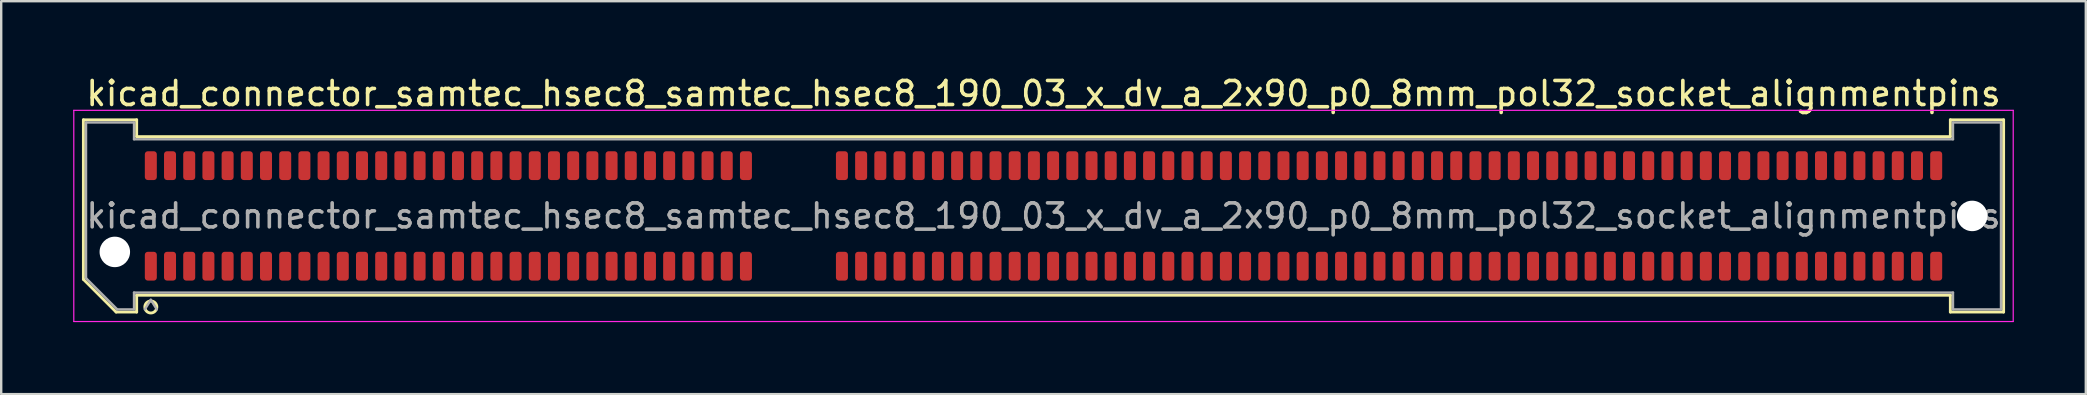
<source format=kicad_pcb>
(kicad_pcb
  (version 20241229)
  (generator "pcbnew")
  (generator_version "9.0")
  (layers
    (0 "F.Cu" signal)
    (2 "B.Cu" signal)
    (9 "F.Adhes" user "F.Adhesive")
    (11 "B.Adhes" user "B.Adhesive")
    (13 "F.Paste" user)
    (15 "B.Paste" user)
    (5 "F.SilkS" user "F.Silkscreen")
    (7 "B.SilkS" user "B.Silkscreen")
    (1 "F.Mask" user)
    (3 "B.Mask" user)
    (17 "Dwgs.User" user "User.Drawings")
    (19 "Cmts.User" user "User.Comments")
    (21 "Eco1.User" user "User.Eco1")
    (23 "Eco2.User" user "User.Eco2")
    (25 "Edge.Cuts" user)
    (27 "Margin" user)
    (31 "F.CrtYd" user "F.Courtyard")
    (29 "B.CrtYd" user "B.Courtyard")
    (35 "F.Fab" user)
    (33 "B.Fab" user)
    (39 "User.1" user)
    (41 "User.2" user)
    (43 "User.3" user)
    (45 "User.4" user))
  (footprint "kicad_connector_samtec_hsec8_samtec_hsec8_190_03_x_dv_a_2x90_p0_8mm_pol32_socket_alignmentpins"
    (layer "F.Cu")
    (at 40.435 5.948)
    (property "Reference" "kicad_connector_samtec_hsec8_samtec_hsec8_190_03_x_dv_a_2x90_p0_8mm_pol32_socket_alignmentpins" (at 0 -5.1 0) (layer "F.SilkS") (effects (font (size 1 1) (thickness 0.15))))
    (attr smd)
    (fp_line (start -40.01 -4.005) (end -37.79 -4.005) (stroke (width 0.12) (type solid)) (layer "F.SilkS"))
    (fp_line (start -40.01 2.641) (end -40.01 -4.005) (stroke (width 0.12) (type solid)) (layer "F.SilkS"))
    (fp_line (start -38.646 4.005) (end -40.01 2.641) (stroke (width 0.12) (type solid)) (layer "F.SilkS"))
    (fp_line (start -37.79 -4.005) (end -37.79 -3.305) (stroke (width 0.12) (type solid)) (layer "F.SilkS"))
    (fp_line (start -37.79 -3.305) (end 37.79 -3.305) (stroke (width 0.12) (type solid)) (layer "F.SilkS"))
    (fp_line (start -37.79 3.305) (end -37.79 4.005) (stroke (width 0.12) (type solid)) (layer "F.SilkS"))
    (fp_line (start -37.79 4.005) (end -38.646 4.005) (stroke (width 0.12) (type solid)) (layer "F.SilkS"))
    (fp_line (start 37.79 -4.005) (end 40.01 -4.005) (stroke (width 0.12) (type solid)) (layer "F.SilkS"))
    (fp_line (start 37.79 -3.305) (end 37.79 -4.005) (stroke (width 0.12) (type solid)) (layer "F.SilkS"))
    (fp_line (start 37.79 3.305) (end -37.79 3.305) (stroke (width 0.12) (type solid)) (layer "F.SilkS"))
    (fp_line (start 37.79 4.005) (end 37.79 3.305) (stroke (width 0.12) (type solid)) (layer "F.SilkS"))
    (fp_line (start 40.01 -4.005) (end 40.01 4.005) (stroke (width 0.12) (type solid)) (layer "F.SilkS"))
    (fp_line (start 40.01 4.005) (end 37.79 4.005) (stroke (width 0.12) (type solid)) (layer "F.SilkS"))
    (fp_arc (start -36.95 3.795) (mid -37.45 3.795) (end -36.95 3.795) (stroke (width 0.12) (type solid)) (layer "F.SilkS"))
    (fp_line (start -40.41 -4.4) (end -40.41 4.4) (stroke (width 0.05) (type solid)) (layer "F.CrtYd"))
    (fp_line (start -40.41 4.4) (end 40.41 4.4) (stroke (width 0.05) (type solid)) (layer "F.CrtYd"))
    (fp_line (start 40.41 -4.4) (end -40.41 -4.4) (stroke (width 0.05) (type solid)) (layer "F.CrtYd"))
    (fp_line (start 40.41 4.4) (end 40.41 -4.4) (stroke (width 0.05) (type solid)) (layer "F.CrtYd"))
    (fp_line (start -39.9 -3.895) (end -37.9 -3.895) (stroke (width 0.1) (type solid)) (layer "F.Fab"))
    (fp_line (start -39.9 2.595) (end -39.9 -3.895) (stroke (width 0.1) (type solid)) (layer "F.Fab"))
    (fp_line (start -38.6 3.895) (end -39.9 2.595) (stroke (width 0.1) (type solid)) (layer "F.Fab"))
    (fp_line (start -37.9 -3.895) (end -37.9 -3.195) (stroke (width 0.1) (type solid)) (layer "F.Fab"))
    (fp_line (start -37.9 -3.195) (end 37.9 -3.195) (stroke (width 0.1) (type solid)) (layer "F.Fab"))
    (fp_line (start -37.9 3.195) (end -37.9 3.895) (stroke (width 0.1) (type solid)) (layer "F.Fab"))
    (fp_line (start -37.9 3.895) (end -38.6 3.895) (stroke (width 0.1) (type solid)) (layer "F.Fab"))
    (fp_line (start -37.2 3.495) (end -37.45 3.895) (stroke (width 0.1) (type solid)) (layer "F.Fab"))
    (fp_line (start -37.2 3.495) (end -36.95 3.895) (stroke (width 0.1) (type solid)) (layer "F.Fab"))
    (fp_line (start 37.9 -3.895) (end 39.9 -3.895) (stroke (width 0.1) (type solid)) (layer "F.Fab"))
    (fp_line (start 37.9 -3.195) (end 37.9 -3.895) (stroke (width 0.1) (type solid)) (layer "F.Fab"))
    (fp_line (start 37.9 3.195) (end -37.9 3.195) (stroke (width 0.1) (type solid)) (layer "F.Fab"))
    (fp_line (start 37.9 3.895) (end 37.9 3.195) (stroke (width 0.1) (type solid)) (layer "F.Fab"))
    (fp_line (start 39.9 -3.895) (end 39.9 3.895) (stroke (width 0.1) (type solid)) (layer "F.Fab"))
    (fp_line (start 39.9 3.895) (end 37.9 3.895) (stroke (width 0.1) (type solid)) (layer "F.Fab"))
    (fp_text user "${REFERENCE}" (at 0 0 0) (layer "F.Fab") (effects (font (size 1 1) (thickness 0.15))))
    (pad "" np_thru_hole circle (at -38.7 1.5) (size 1.27 1.27) (drill 1.27) (layers "*.Cu" "*.Mask"))
    (pad "" np_thru_hole circle (at 38.7 0) (size 1.27 1.27) (drill 1.27) (layers "*.Cu" "*.Mask"))
    (pad "1" smd roundrect (at -37.2 2.095) (size 0.5 1.2) (layers "F.Cu" "F.Mask" "F.Paste") (roundrect_rratio 0.25))
    (pad "2" smd roundrect (at -37.2 -2.095) (size 0.5 1.2) (layers "F.Cu" "F.Mask" "F.Paste") (roundrect_rratio 0.25))
    (pad "3" smd roundrect (at -36.4 2.095) (size 0.5 1.2) (layers "F.Cu" "F.Mask" "F.Paste") (roundrect_rratio 0.25))
    (pad "4" smd roundrect (at -36.4 -2.095) (size 0.5 1.2) (layers "F.Cu" "F.Mask" "F.Paste") (roundrect_rratio 0.25))
    (pad "5" smd roundrect (at -35.6 2.095) (size 0.5 1.2) (layers "F.Cu" "F.Mask" "F.Paste") (roundrect_rratio 0.25))
    (pad "6" smd roundrect (at -35.6 -2.095) (size 0.5 1.2) (layers "F.Cu" "F.Mask" "F.Paste") (roundrect_rratio 0.25))
    (pad "7" smd roundrect (at -34.8 2.095) (size 0.5 1.2) (layers "F.Cu" "F.Mask" "F.Paste") (roundrect_rratio 0.25))
    (pad "8" smd roundrect (at -34.8 -2.095) (size 0.5 1.2) (layers "F.Cu" "F.Mask" "F.Paste") (roundrect_rratio 0.25))
    (pad "9" smd roundrect (at -34 2.095) (size 0.5 1.2) (layers "F.Cu" "F.Mask" "F.Paste") (roundrect_rratio 0.25))
    (pad "10" smd roundrect (at -34 -2.095) (size 0.5 1.2) (layers "F.Cu" "F.Mask" "F.Paste") (roundrect_rratio 0.25))
    (pad "11" smd roundrect (at -33.2 2.095) (size 0.5 1.2) (layers "F.Cu" "F.Mask" "F.Paste") (roundrect_rratio 0.25))
    (pad "12" smd roundrect (at -33.2 -2.095) (size 0.5 1.2) (layers "F.Cu" "F.Mask" "F.Paste") (roundrect_rratio 0.25))
    (pad "13" smd roundrect (at -32.4 2.095) (size 0.5 1.2) (layers "F.Cu" "F.Mask" "F.Paste") (roundrect_rratio 0.25))
    (pad "14" smd roundrect (at -32.4 -2.095) (size 0.5 1.2) (layers "F.Cu" "F.Mask" "F.Paste") (roundrect_rratio 0.25))
    (pad "15" smd roundrect (at -31.6 2.095) (size 0.5 1.2) (layers "F.Cu" "F.Mask" "F.Paste") (roundrect_rratio 0.25))
    (pad "16" smd roundrect (at -31.6 -2.095) (size 0.5 1.2) (layers "F.Cu" "F.Mask" "F.Paste") (roundrect_rratio 0.25))
    (pad "17" smd roundrect (at -30.8 2.095) (size 0.5 1.2) (layers "F.Cu" "F.Mask" "F.Paste") (roundrect_rratio 0.25))
    (pad "18" smd roundrect (at -30.8 -2.095) (size 0.5 1.2) (layers "F.Cu" "F.Mask" "F.Paste") (roundrect_rratio 0.25))
    (pad "19" smd roundrect (at -30 2.095) (size 0.5 1.2) (layers "F.Cu" "F.Mask" "F.Paste") (roundrect_rratio 0.25))
    (pad "20" smd roundrect (at -30 -2.095) (size 0.5 1.2) (layers "F.Cu" "F.Mask" "F.Paste") (roundrect_rratio 0.25))
    (pad "21" smd roundrect (at -29.2 2.095) (size 0.5 1.2) (layers "F.Cu" "F.Mask" "F.Paste") (roundrect_rratio 0.25))
    (pad "22" smd roundrect (at -29.2 -2.095) (size 0.5 1.2) (layers "F.Cu" "F.Mask" "F.Paste") (roundrect_rratio 0.25))
    (pad "23" smd roundrect (at -28.4 2.095) (size 0.5 1.2) (layers "F.Cu" "F.Mask" "F.Paste") (roundrect_rratio 0.25))
    (pad "24" smd roundrect (at -28.4 -2.095) (size 0.5 1.2) (layers "F.Cu" "F.Mask" "F.Paste") (roundrect_rratio 0.25))
    (pad "25" smd roundrect (at -27.6 2.095) (size 0.5 1.2) (layers "F.Cu" "F.Mask" "F.Paste") (roundrect_rratio 0.25))
    (pad "26" smd roundrect (at -27.6 -2.095) (size 0.5 1.2) (layers "F.Cu" "F.Mask" "F.Paste") (roundrect_rratio 0.25))
    (pad "27" smd roundrect (at -26.8 2.095) (size 0.5 1.2) (layers "F.Cu" "F.Mask" "F.Paste") (roundrect_rratio 0.25))
    (pad "28" smd roundrect (at -26.8 -2.095) (size 0.5 1.2) (layers "F.Cu" "F.Mask" "F.Paste") (roundrect_rratio 0.25))
    (pad "29" smd roundrect (at -26 2.095) (size 0.5 1.2) (layers "F.Cu" "F.Mask" "F.Paste") (roundrect_rratio 0.25))
    (pad "30" smd roundrect (at -26 -2.095) (size 0.5 1.2) (layers "F.Cu" "F.Mask" "F.Paste") (roundrect_rratio 0.25))
    (pad "31" smd roundrect (at -25.2 2.095) (size 0.5 1.2) (layers "F.Cu" "F.Mask" "F.Paste") (roundrect_rratio 0.25))
    (pad "32" smd roundrect (at -25.2 -2.095) (size 0.5 1.2) (layers "F.Cu" "F.Mask" "F.Paste") (roundrect_rratio 0.25))
    (pad "33" smd roundrect (at -24.4 2.095) (size 0.5 1.2) (layers "F.Cu" "F.Mask" "F.Paste") (roundrect_rratio 0.25))
    (pad "34" smd roundrect (at -24.4 -2.095) (size 0.5 1.2) (layers "F.Cu" "F.Mask" "F.Paste") (roundrect_rratio 0.25))
    (pad "35" smd roundrect (at -23.6 2.095) (size 0.5 1.2) (layers "F.Cu" "F.Mask" "F.Paste") (roundrect_rratio 0.25))
    (pad "36" smd roundrect (at -23.6 -2.095) (size 0.5 1.2) (layers "F.Cu" "F.Mask" "F.Paste") (roundrect_rratio 0.25))
    (pad "37" smd roundrect (at -22.8 2.095) (size 0.5 1.2) (layers "F.Cu" "F.Mask" "F.Paste") (roundrect_rratio 0.25))
    (pad "38" smd roundrect (at -22.8 -2.095) (size 0.5 1.2) (layers "F.Cu" "F.Mask" "F.Paste") (roundrect_rratio 0.25))
    (pad "39" smd roundrect (at -22 2.095) (size 0.5 1.2) (layers "F.Cu" "F.Mask" "F.Paste") (roundrect_rratio 0.25))
    (pad "40" smd roundrect (at -22 -2.095) (size 0.5 1.2) (layers "F.Cu" "F.Mask" "F.Paste") (roundrect_rratio 0.25))
    (pad "41" smd roundrect (at -21.2 2.095) (size 0.5 1.2) (layers "F.Cu" "F.Mask" "F.Paste") (roundrect_rratio 0.25))
    (pad "42" smd roundrect (at -21.2 -2.095) (size 0.5 1.2) (layers "F.Cu" "F.Mask" "F.Paste") (roundrect_rratio 0.25))
    (pad "43" smd roundrect (at -20.4 2.095) (size 0.5 1.2) (layers "F.Cu" "F.Mask" "F.Paste") (roundrect_rratio 0.25))
    (pad "44" smd roundrect (at -20.4 -2.095) (size 0.5 1.2) (layers "F.Cu" "F.Mask" "F.Paste") (roundrect_rratio 0.25))
    (pad "45" smd roundrect (at -19.6 2.095) (size 0.5 1.2) (layers "F.Cu" "F.Mask" "F.Paste") (roundrect_rratio 0.25))
    (pad "46" smd roundrect (at -19.6 -2.095) (size 0.5 1.2) (layers "F.Cu" "F.Mask" "F.Paste") (roundrect_rratio 0.25))
    (pad "47" smd roundrect (at -18.8 2.095) (size 0.5 1.2) (layers "F.Cu" "F.Mask" "F.Paste") (roundrect_rratio 0.25))
    (pad "48" smd roundrect (at -18.8 -2.095) (size 0.5 1.2) (layers "F.Cu" "F.Mask" "F.Paste") (roundrect_rratio 0.25))
    (pad "49" smd roundrect (at -18 2.095) (size 0.5 1.2) (layers "F.Cu" "F.Mask" "F.Paste") (roundrect_rratio 0.25))
    (pad "50" smd roundrect (at -18 -2.095) (size 0.5 1.2) (layers "F.Cu" "F.Mask" "F.Paste") (roundrect_rratio 0.25))
    (pad "51" smd roundrect (at -17.2 2.095) (size 0.5 1.2) (layers "F.Cu" "F.Mask" "F.Paste") (roundrect_rratio 0.25))
    (pad "52" smd roundrect (at -17.2 -2.095) (size 0.5 1.2) (layers "F.Cu" "F.Mask" "F.Paste") (roundrect_rratio 0.25))
    (pad "53" smd roundrect (at -16.4 2.095) (size 0.5 1.2) (layers "F.Cu" "F.Mask" "F.Paste") (roundrect_rratio 0.25))
    (pad "54" smd roundrect (at -16.4 -2.095) (size 0.5 1.2) (layers "F.Cu" "F.Mask" "F.Paste") (roundrect_rratio 0.25))
    (pad "55" smd roundrect (at -15.6 2.095) (size 0.5 1.2) (layers "F.Cu" "F.Mask" "F.Paste") (roundrect_rratio 0.25))
    (pad "56" smd roundrect (at -15.6 -2.095) (size 0.5 1.2) (layers "F.Cu" "F.Mask" "F.Paste") (roundrect_rratio 0.25))
    (pad "57" smd roundrect (at -14.8 2.095) (size 0.5 1.2) (layers "F.Cu" "F.Mask" "F.Paste") (roundrect_rratio 0.25))
    (pad "58" smd roundrect (at -14.8 -2.095) (size 0.5 1.2) (layers "F.Cu" "F.Mask" "F.Paste") (roundrect_rratio 0.25))
    (pad "59" smd roundrect (at -14 2.095) (size 0.5 1.2) (layers "F.Cu" "F.Mask" "F.Paste") (roundrect_rratio 0.25))
    (pad "60" smd roundrect (at -14 -2.095) (size 0.5 1.2) (layers "F.Cu" "F.Mask" "F.Paste") (roundrect_rratio 0.25))
    (pad "61" smd roundrect (at -13.2 2.095) (size 0.5 1.2) (layers "F.Cu" "F.Mask" "F.Paste") (roundrect_rratio 0.25))
    (pad "62" smd roundrect (at -13.2 -2.095) (size 0.5 1.2) (layers "F.Cu" "F.Mask" "F.Paste") (roundrect_rratio 0.25))
    (pad "63" smd roundrect (at -12.4 2.095) (size 0.5 1.2) (layers "F.Cu" "F.Mask" "F.Paste") (roundrect_rratio 0.25))
    (pad "64" smd roundrect (at -12.4 -2.095) (size 0.5 1.2) (layers "F.Cu" "F.Mask" "F.Paste") (roundrect_rratio 0.25))
    (pad "65" smd roundrect (at -8.4 2.095) (size 0.5 1.2) (layers "F.Cu" "F.Mask" "F.Paste") (roundrect_rratio 0.25))
    (pad "66" smd roundrect (at -8.4 -2.095) (size 0.5 1.2) (layers "F.Cu" "F.Mask" "F.Paste") (roundrect_rratio 0.25))
    (pad "67" smd roundrect (at -7.6 2.095) (size 0.5 1.2) (layers "F.Cu" "F.Mask" "F.Paste") (roundrect_rratio 0.25))
    (pad "68" smd roundrect (at -7.6 -2.095) (size 0.5 1.2) (layers "F.Cu" "F.Mask" "F.Paste") (roundrect_rratio 0.25))
    (pad "69" smd roundrect (at -6.8 2.095) (size 0.5 1.2) (layers "F.Cu" "F.Mask" "F.Paste") (roundrect_rratio 0.25))
    (pad "70" smd roundrect (at -6.8 -2.095) (size 0.5 1.2) (layers "F.Cu" "F.Mask" "F.Paste") (roundrect_rratio 0.25))
    (pad "71" smd roundrect (at -6 2.095) (size 0.5 1.2) (layers "F.Cu" "F.Mask" "F.Paste") (roundrect_rratio 0.25))
    (pad "72" smd roundrect (at -6 -2.095) (size 0.5 1.2) (layers "F.Cu" "F.Mask" "F.Paste") (roundrect_rratio 0.25))
    (pad "73" smd roundrect (at -5.2 2.095) (size 0.5 1.2) (layers "F.Cu" "F.Mask" "F.Paste") (roundrect_rratio 0.25))
    (pad "74" smd roundrect (at -5.2 -2.095) (size 0.5 1.2) (layers "F.Cu" "F.Mask" "F.Paste") (roundrect_rratio 0.25))
    (pad "75" smd roundrect (at -4.4 2.095) (size 0.5 1.2) (layers "F.Cu" "F.Mask" "F.Paste") (roundrect_rratio 0.25))
    (pad "76" smd roundrect (at -4.4 -2.095) (size 0.5 1.2) (layers "F.Cu" "F.Mask" "F.Paste") (roundrect_rratio 0.25))
    (pad "77" smd roundrect (at -3.6 2.095) (size 0.5 1.2) (layers "F.Cu" "F.Mask" "F.Paste") (roundrect_rratio 0.25))
    (pad "78" smd roundrect (at -3.6 -2.095) (size 0.5 1.2) (layers "F.Cu" "F.Mask" "F.Paste") (roundrect_rratio 0.25))
    (pad "79" smd roundrect (at -2.8 2.095) (size 0.5 1.2) (layers "F.Cu" "F.Mask" "F.Paste") (roundrect_rratio 0.25))
    (pad "80" smd roundrect (at -2.8 -2.095) (size 0.5 1.2) (layers "F.Cu" "F.Mask" "F.Paste") (roundrect_rratio 0.25))
    (pad "81" smd roundrect (at -2 2.095) (size 0.5 1.2) (layers "F.Cu" "F.Mask" "F.Paste") (roundrect_rratio 0.25))
    (pad "82" smd roundrect (at -2 -2.095) (size 0.5 1.2) (layers "F.Cu" "F.Mask" "F.Paste") (roundrect_rratio 0.25))
    (pad "83" smd roundrect (at -1.2 2.095) (size 0.5 1.2) (layers "F.Cu" "F.Mask" "F.Paste") (roundrect_rratio 0.25))
    (pad "84" smd roundrect (at -1.2 -2.095) (size 0.5 1.2) (layers "F.Cu" "F.Mask" "F.Paste") (roundrect_rratio 0.25))
    (pad "85" smd roundrect (at -0.4 2.095) (size 0.5 1.2) (layers "F.Cu" "F.Mask" "F.Paste") (roundrect_rratio 0.25))
    (pad "86" smd roundrect (at -0.4 -2.095) (size 0.5 1.2) (layers "F.Cu" "F.Mask" "F.Paste") (roundrect_rratio 0.25))
    (pad "87" smd roundrect (at 0.4 2.095) (size 0.5 1.2) (layers "F.Cu" "F.Mask" "F.Paste") (roundrect_rratio 0.25))
    (pad "88" smd roundrect (at 0.4 -2.095) (size 0.5 1.2) (layers "F.Cu" "F.Mask" "F.Paste") (roundrect_rratio 0.25))
    (pad "89" smd roundrect (at 1.2 2.095) (size 0.5 1.2) (layers "F.Cu" "F.Mask" "F.Paste") (roundrect_rratio 0.25))
    (pad "90" smd roundrect (at 1.2 -2.095) (size 0.5 1.2) (layers "F.Cu" "F.Mask" "F.Paste") (roundrect_rratio 0.25))
    (pad "91" smd roundrect (at 2 2.095) (size 0.5 1.2) (layers "F.Cu" "F.Mask" "F.Paste") (roundrect_rratio 0.25))
    (pad "92" smd roundrect (at 2 -2.095) (size 0.5 1.2) (layers "F.Cu" "F.Mask" "F.Paste") (roundrect_rratio 0.25))
    (pad "93" smd roundrect (at 2.8 2.095) (size 0.5 1.2) (layers "F.Cu" "F.Mask" "F.Paste") (roundrect_rratio 0.25))
    (pad "94" smd roundrect (at 2.8 -2.095) (size 0.5 1.2) (layers "F.Cu" "F.Mask" "F.Paste") (roundrect_rratio 0.25))
    (pad "95" smd roundrect (at 3.6 2.095) (size 0.5 1.2) (layers "F.Cu" "F.Mask" "F.Paste") (roundrect_rratio 0.25))
    (pad "96" smd roundrect (at 3.6 -2.095) (size 0.5 1.2) (layers "F.Cu" "F.Mask" "F.Paste") (roundrect_rratio 0.25))
    (pad "97" smd roundrect (at 4.4 2.095) (size 0.5 1.2) (layers "F.Cu" "F.Mask" "F.Paste") (roundrect_rratio 0.25))
    (pad "98" smd roundrect (at 4.4 -2.095) (size 0.5 1.2) (layers "F.Cu" "F.Mask" "F.Paste") (roundrect_rratio 0.25))
    (pad "99" smd roundrect (at 5.2 2.095) (size 0.5 1.2) (layers "F.Cu" "F.Mask" "F.Paste") (roundrect_rratio 0.25))
    (pad "100" smd roundrect (at 5.2 -2.095) (size 0.5 1.2) (layers "F.Cu" "F.Mask" "F.Paste") (roundrect_rratio 0.25))
    (pad "101" smd roundrect (at 6 2.095) (size 0.5 1.2) (layers "F.Cu" "F.Mask" "F.Paste") (roundrect_rratio 0.25))
    (pad "102" smd roundrect (at 6 -2.095) (size 0.5 1.2) (layers "F.Cu" "F.Mask" "F.Paste") (roundrect_rratio 0.25))
    (pad "103" smd roundrect (at 6.8 2.095) (size 0.5 1.2) (layers "F.Cu" "F.Mask" "F.Paste") (roundrect_rratio 0.25))
    (pad "104" smd roundrect (at 6.8 -2.095) (size 0.5 1.2) (layers "F.Cu" "F.Mask" "F.Paste") (roundrect_rratio 0.25))
    (pad "105" smd roundrect (at 7.6 2.095) (size 0.5 1.2) (layers "F.Cu" "F.Mask" "F.Paste") (roundrect_rratio 0.25))
    (pad "106" smd roundrect (at 7.6 -2.095) (size 0.5 1.2) (layers "F.Cu" "F.Mask" "F.Paste") (roundrect_rratio 0.25))
    (pad "107" smd roundrect (at 8.4 2.095) (size 0.5 1.2) (layers "F.Cu" "F.Mask" "F.Paste") (roundrect_rratio 0.25))
    (pad "108" smd roundrect (at 8.4 -2.095) (size 0.5 1.2) (layers "F.Cu" "F.Mask" "F.Paste") (roundrect_rratio 0.25))
    (pad "109" smd roundrect (at 9.2 2.095) (size 0.5 1.2) (layers "F.Cu" "F.Mask" "F.Paste") (roundrect_rratio 0.25))
    (pad "110" smd roundrect (at 9.2 -2.095) (size 0.5 1.2) (layers "F.Cu" "F.Mask" "F.Paste") (roundrect_rratio 0.25))
    (pad "111" smd roundrect (at 10 2.095) (size 0.5 1.2) (layers "F.Cu" "F.Mask" "F.Paste") (roundrect_rratio 0.25))
    (pad "112" smd roundrect (at 10 -2.095) (size 0.5 1.2) (layers "F.Cu" "F.Mask" "F.Paste") (roundrect_rratio 0.25))
    (pad "113" smd roundrect (at 10.8 2.095) (size 0.5 1.2) (layers "F.Cu" "F.Mask" "F.Paste") (roundrect_rratio 0.25))
    (pad "114" smd roundrect (at 10.8 -2.095) (size 0.5 1.2) (layers "F.Cu" "F.Mask" "F.Paste") (roundrect_rratio 0.25))
    (pad "115" smd roundrect (at 11.6 2.095) (size 0.5 1.2) (layers "F.Cu" "F.Mask" "F.Paste") (roundrect_rratio 0.25))
    (pad "116" smd roundrect (at 11.6 -2.095) (size 0.5 1.2) (layers "F.Cu" "F.Mask" "F.Paste") (roundrect_rratio 0.25))
    (pad "117" smd roundrect (at 12.4 2.095) (size 0.5 1.2) (layers "F.Cu" "F.Mask" "F.Paste") (roundrect_rratio 0.25))
    (pad "118" smd roundrect (at 12.4 -2.095) (size 0.5 1.2) (layers "F.Cu" "F.Mask" "F.Paste") (roundrect_rratio 0.25))
    (pad "119" smd roundrect (at 13.2 2.095) (size 0.5 1.2) (layers "F.Cu" "F.Mask" "F.Paste") (roundrect_rratio 0.25))
    (pad "120" smd roundrect (at 13.2 -2.095) (size 0.5 1.2) (layers "F.Cu" "F.Mask" "F.Paste") (roundrect_rratio 0.25))
    (pad "121" smd roundrect (at 14 2.095) (size 0.5 1.2) (layers "F.Cu" "F.Mask" "F.Paste") (roundrect_rratio 0.25))
    (pad "122" smd roundrect (at 14 -2.095) (size 0.5 1.2) (layers "F.Cu" "F.Mask" "F.Paste") (roundrect_rratio 0.25))
    (pad "123" smd roundrect (at 14.8 2.095) (size 0.5 1.2) (layers "F.Cu" "F.Mask" "F.Paste") (roundrect_rratio 0.25))
    (pad "124" smd roundrect (at 14.8 -2.095) (size 0.5 1.2) (layers "F.Cu" "F.Mask" "F.Paste") (roundrect_rratio 0.25))
    (pad "125" smd roundrect (at 15.6 2.095) (size 0.5 1.2) (layers "F.Cu" "F.Mask" "F.Paste") (roundrect_rratio 0.25))
    (pad "126" smd roundrect (at 15.6 -2.095) (size 0.5 1.2) (layers "F.Cu" "F.Mask" "F.Paste") (roundrect_rratio 0.25))
    (pad "127" smd roundrect (at 16.4 2.095) (size 0.5 1.2) (layers "F.Cu" "F.Mask" "F.Paste") (roundrect_rratio 0.25))
    (pad "128" smd roundrect (at 16.4 -2.095) (size 0.5 1.2) (layers "F.Cu" "F.Mask" "F.Paste") (roundrect_rratio 0.25))
    (pad "129" smd roundrect (at 17.2 2.095) (size 0.5 1.2) (layers "F.Cu" "F.Mask" "F.Paste") (roundrect_rratio 0.25))
    (pad "130" smd roundrect (at 17.2 -2.095) (size 0.5 1.2) (layers "F.Cu" "F.Mask" "F.Paste") (roundrect_rratio 0.25))
    (pad "131" smd roundrect (at 18 2.095) (size 0.5 1.2) (layers "F.Cu" "F.Mask" "F.Paste") (roundrect_rratio 0.25))
    (pad "132" smd roundrect (at 18 -2.095) (size 0.5 1.2) (layers "F.Cu" "F.Mask" "F.Paste") (roundrect_rratio 0.25))
    (pad "133" smd roundrect (at 18.8 2.095) (size 0.5 1.2) (layers "F.Cu" "F.Mask" "F.Paste") (roundrect_rratio 0.25))
    (pad "134" smd roundrect (at 18.8 -2.095) (size 0.5 1.2) (layers "F.Cu" "F.Mask" "F.Paste") (roundrect_rratio 0.25))
    (pad "135" smd roundrect (at 19.6 2.095) (size 0.5 1.2) (layers "F.Cu" "F.Mask" "F.Paste") (roundrect_rratio 0.25))
    (pad "136" smd roundrect (at 19.6 -2.095) (size 0.5 1.2) (layers "F.Cu" "F.Mask" "F.Paste") (roundrect_rratio 0.25))
    (pad "137" smd roundrect (at 20.4 2.095) (size 0.5 1.2) (layers "F.Cu" "F.Mask" "F.Paste") (roundrect_rratio 0.25))
    (pad "138" smd roundrect (at 20.4 -2.095) (size 0.5 1.2) (layers "F.Cu" "F.Mask" "F.Paste") (roundrect_rratio 0.25))
    (pad "139" smd roundrect (at 21.2 2.095) (size 0.5 1.2) (layers "F.Cu" "F.Mask" "F.Paste") (roundrect_rratio 0.25))
    (pad "140" smd roundrect (at 21.2 -2.095) (size 0.5 1.2) (layers "F.Cu" "F.Mask" "F.Paste") (roundrect_rratio 0.25))
    (pad "141" smd roundrect (at 22 2.095) (size 0.5 1.2) (layers "F.Cu" "F.Mask" "F.Paste") (roundrect_rratio 0.25))
    (pad "142" smd roundrect (at 22 -2.095) (size 0.5 1.2) (layers "F.Cu" "F.Mask" "F.Paste") (roundrect_rratio 0.25))
    (pad "143" smd roundrect (at 22.8 2.095) (size 0.5 1.2) (layers "F.Cu" "F.Mask" "F.Paste") (roundrect_rratio 0.25))
    (pad "144" smd roundrect (at 22.8 -2.095) (size 0.5 1.2) (layers "F.Cu" "F.Mask" "F.Paste") (roundrect_rratio 0.25))
    (pad "145" smd roundrect (at 23.6 2.095) (size 0.5 1.2) (layers "F.Cu" "F.Mask" "F.Paste") (roundrect_rratio 0.25))
    (pad "146" smd roundrect (at 23.6 -2.095) (size 0.5 1.2) (layers "F.Cu" "F.Mask" "F.Paste") (roundrect_rratio 0.25))
    (pad "147" smd roundrect (at 24.4 2.095) (size 0.5 1.2) (layers "F.Cu" "F.Mask" "F.Paste") (roundrect_rratio 0.25))
    (pad "148" smd roundrect (at 24.4 -2.095) (size 0.5 1.2) (layers "F.Cu" "F.Mask" "F.Paste") (roundrect_rratio 0.25))
    (pad "149" smd roundrect (at 25.2 2.095) (size 0.5 1.2) (layers "F.Cu" "F.Mask" "F.Paste") (roundrect_rratio 0.25))
    (pad "150" smd roundrect (at 25.2 -2.095) (size 0.5 1.2) (layers "F.Cu" "F.Mask" "F.Paste") (roundrect_rratio 0.25))
    (pad "151" smd roundrect (at 26 2.095) (size 0.5 1.2) (layers "F.Cu" "F.Mask" "F.Paste") (roundrect_rratio 0.25))
    (pad "152" smd roundrect (at 26 -2.095) (size 0.5 1.2) (layers "F.Cu" "F.Mask" "F.Paste") (roundrect_rratio 0.25))
    (pad "153" smd roundrect (at 26.8 2.095) (size 0.5 1.2) (layers "F.Cu" "F.Mask" "F.Paste") (roundrect_rratio 0.25))
    (pad "154" smd roundrect (at 26.8 -2.095) (size 0.5 1.2) (layers "F.Cu" "F.Mask" "F.Paste") (roundrect_rratio 0.25))
    (pad "155" smd roundrect (at 27.6 2.095) (size 0.5 1.2) (layers "F.Cu" "F.Mask" "F.Paste") (roundrect_rratio 0.25))
    (pad "156" smd roundrect (at 27.6 -2.095) (size 0.5 1.2) (layers "F.Cu" "F.Mask" "F.Paste") (roundrect_rratio 0.25))
    (pad "157" smd roundrect (at 28.4 2.095) (size 0.5 1.2) (layers "F.Cu" "F.Mask" "F.Paste") (roundrect_rratio 0.25))
    (pad "158" smd roundrect (at 28.4 -2.095) (size 0.5 1.2) (layers "F.Cu" "F.Mask" "F.Paste") (roundrect_rratio 0.25))
    (pad "159" smd roundrect (at 29.2 2.095) (size 0.5 1.2) (layers "F.Cu" "F.Mask" "F.Paste") (roundrect_rratio 0.25))
    (pad "160" smd roundrect (at 29.2 -2.095) (size 0.5 1.2) (layers "F.Cu" "F.Mask" "F.Paste") (roundrect_rratio 0.25))
    (pad "161" smd roundrect (at 30 2.095) (size 0.5 1.2) (layers "F.Cu" "F.Mask" "F.Paste") (roundrect_rratio 0.25))
    (pad "162" smd roundrect (at 30 -2.095) (size 0.5 1.2) (layers "F.Cu" "F.Mask" "F.Paste") (roundrect_rratio 0.25))
    (pad "163" smd roundrect (at 30.8 2.095) (size 0.5 1.2) (layers "F.Cu" "F.Mask" "F.Paste") (roundrect_rratio 0.25))
    (pad "164" smd roundrect (at 30.8 -2.095) (size 0.5 1.2) (layers "F.Cu" "F.Mask" "F.Paste") (roundrect_rratio 0.25))
    (pad "165" smd roundrect (at 31.6 2.095) (size 0.5 1.2) (layers "F.Cu" "F.Mask" "F.Paste") (roundrect_rratio 0.25))
    (pad "166" smd roundrect (at 31.6 -2.095) (size 0.5 1.2) (layers "F.Cu" "F.Mask" "F.Paste") (roundrect_rratio 0.25))
    (pad "167" smd roundrect (at 32.4 2.095) (size 0.5 1.2) (layers "F.Cu" "F.Mask" "F.Paste") (roundrect_rratio 0.25))
    (pad "168" smd roundrect (at 32.4 -2.095) (size 0.5 1.2) (layers "F.Cu" "F.Mask" "F.Paste") (roundrect_rratio 0.25))
    (pad "169" smd roundrect (at 33.2 2.095) (size 0.5 1.2) (layers "F.Cu" "F.Mask" "F.Paste") (roundrect_rratio 0.25))
    (pad "170" smd roundrect (at 33.2 -2.095) (size 0.5 1.2) (layers "F.Cu" "F.Mask" "F.Paste") (roundrect_rratio 0.25))
    (pad "171" smd roundrect (at 34 2.095) (size 0.5 1.2) (layers "F.Cu" "F.Mask" "F.Paste") (roundrect_rratio 0.25))
    (pad "172" smd roundrect (at 34 -2.095) (size 0.5 1.2) (layers "F.Cu" "F.Mask" "F.Paste") (roundrect_rratio 0.25))
    (pad "173" smd roundrect (at 34.8 2.095) (size 0.5 1.2) (layers "F.Cu" "F.Mask" "F.Paste") (roundrect_rratio 0.25))
    (pad "174" smd roundrect (at 34.8 -2.095) (size 0.5 1.2) (layers "F.Cu" "F.Mask" "F.Paste") (roundrect_rratio 0.25))
    (pad "175" smd roundrect (at 35.6 2.095) (size 0.5 1.2) (layers "F.Cu" "F.Mask" "F.Paste") (roundrect_rratio 0.25))
    (pad "176" smd roundrect (at 35.6 -2.095) (size 0.5 1.2) (layers "F.Cu" "F.Mask" "F.Paste") (roundrect_rratio 0.25))
    (pad "177" smd roundrect (at 36.4 2.095) (size 0.5 1.2) (layers "F.Cu" "F.Mask" "F.Paste") (roundrect_rratio 0.25))
    (pad "178" smd roundrect (at 36.4 -2.095) (size 0.5 1.2) (layers "F.Cu" "F.Mask" "F.Paste") (roundrect_rratio 0.25))
    (pad "179" smd roundrect (at 37.2 2.095) (size 0.5 1.2) (layers "F.Cu" "F.Mask" "F.Paste") (roundrect_rratio 0.25))
    (pad "180" smd roundrect (at 37.2 -2.095) (size 0.5 1.2) (layers "F.Cu" "F.Mask" "F.Paste") (roundrect_rratio 0.25)))
  (gr_rect
    (start -3 -3)
    (end 83.87 13.373)
    (stroke (width 0.1) (type default))
    (fill no)
    (layer "Edge.Cuts")))
</source>
